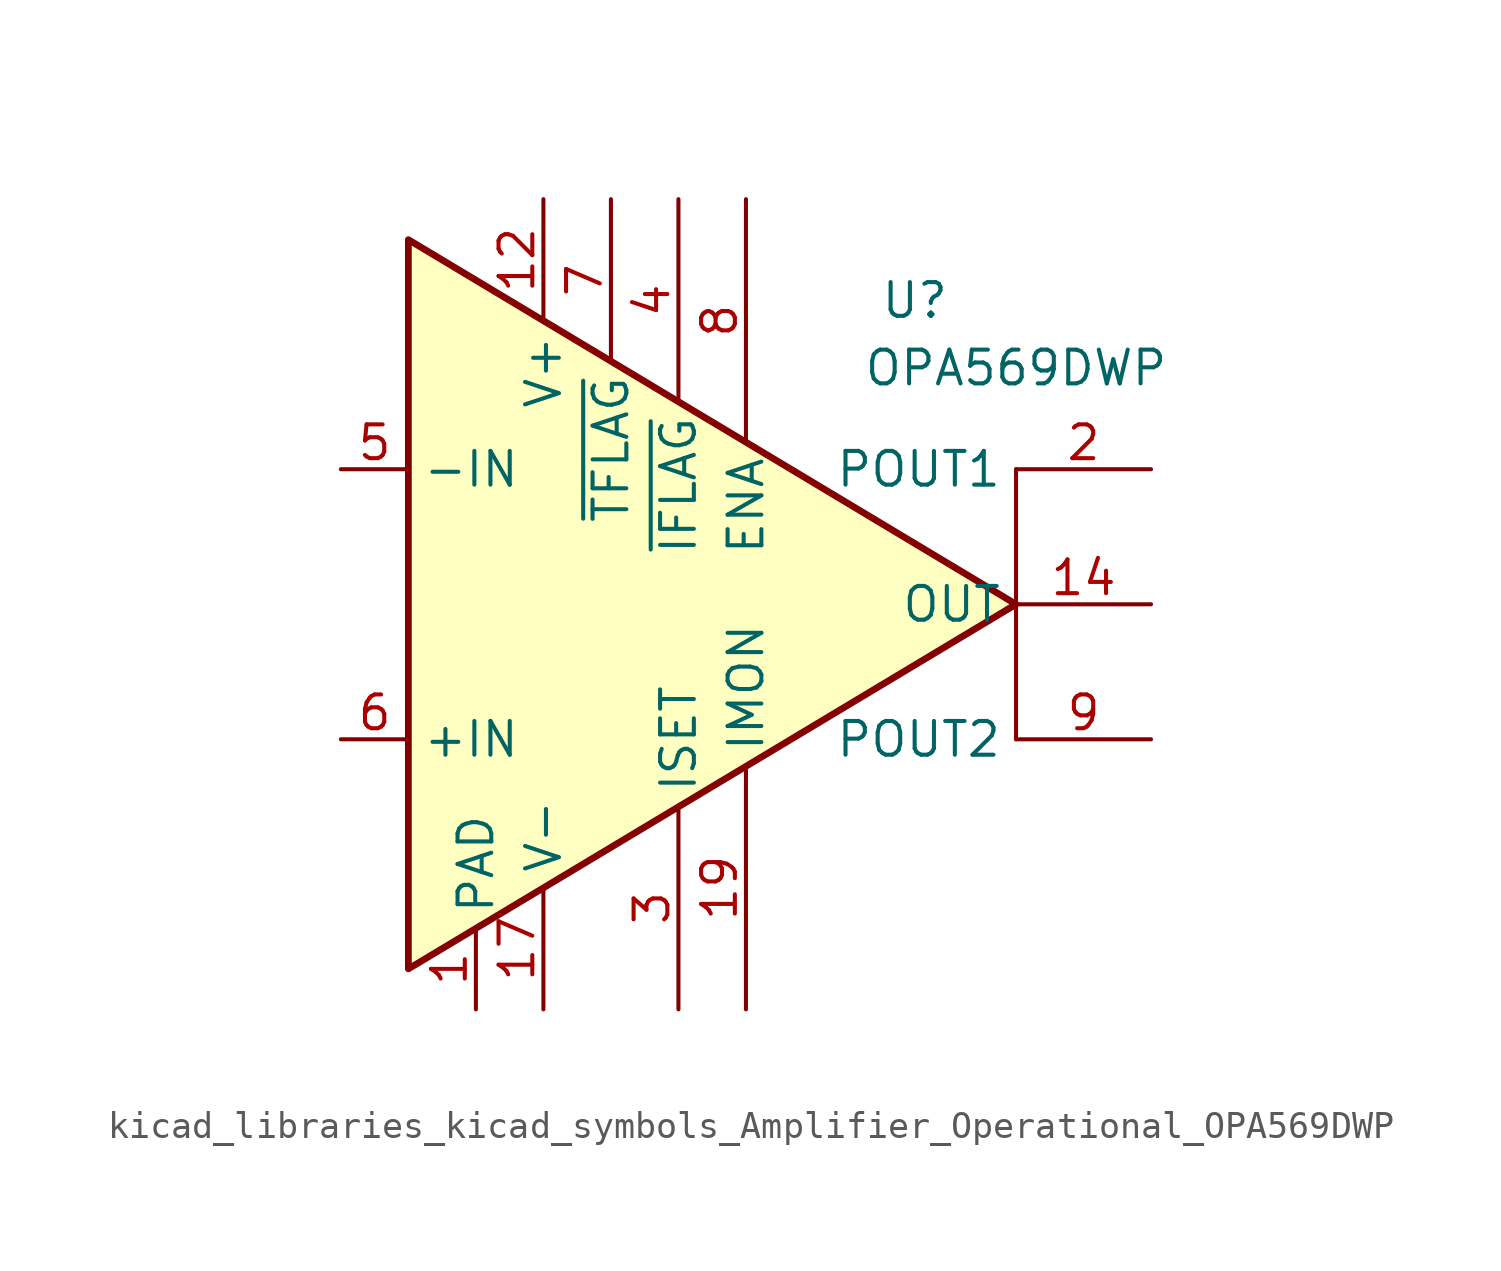
<source format=kicad_sym>
(kicad_symbol_lib
  (version 20220914)
  (generator kicad_symbol_editor)
  (symbol "kicad_libraries_kicad_symbols_Amplifier_Operational_OPA569DWP"
    (property "Reference" "U"
      (at 6.35 11.43 0)
      (effects (font (size 1.27 1.27))))
    (property "Value" "OPA569DWP"
      (at 10.16 8.89 0)
      (effects (font (size 1.27 1.27))))
    (symbol "kicad_libraries_kicad_symbols_Amplifier_Operational_OPA569DWP_0_0"
      (pin no_connect line (at -12.7 0 0) (length 2.54) hide (name "NC" (effects (font (size 1.27 1.27)))) (number "16" (effects (font (size 1.27 1.27)))))
      (pin passive line (at -10.16 -15.24 90) (length 3.048) hide (name "PAD" (effects (font (size 1.27 1.27)))) (number "21" (effects (font (size 1.27 1.27))))))
    (symbol "kicad_libraries_kicad_symbols_Amplifier_Operational_OPA569DWP_0_1"
      (polyline (pts (xy 10.16 5.08) (xy 10.16 -5.08)) (stroke (width 0.152) (type default)) (fill (type none)))
      (polyline (pts (xy 10.16 0) (xy -12.7 -13.716) (xy -12.7 13.716) (xy 10.16 0)) (stroke (width 0.254) (type default)) (fill (type background))))
    (symbol "kicad_libraries_kicad_symbols_Amplifier_Operational_OPA569DWP_1_1"
      (pin power_in line (at -10.16 -15.24 90) (length 3.048) (name "PAD" (effects (font (size 1.27 1.27)))) (number "1" (effects (font (size 1.27 1.27)))))
      (pin passive line (at -10.16 -15.24 90) (length 3.048) hide (name "PAD" (effects (font (size 1.27 1.27)))) (number "10" (effects (font (size 1.27 1.27)))))
      (pin passive line (at -10.16 -15.24 90) (length 3.048) hide (name "PAD" (effects (font (size 1.27 1.27)))) (number "11" (effects (font (size 1.27 1.27)))))
      (pin power_in line (at -7.62 15.24 270) (length 4.572) (name "V+" (effects (font (size 1.27 1.27)))) (number "12" (effects (font (size 1.27 1.27)))))
      (pin passive line (at -7.62 15.24 270) (length 4.572) hide (name "V+" (effects (font (size 1.27 1.27)))) (number "13" (effects (font (size 1.27 1.27)))))
      (pin output line (at 15.24 0 180) (length 5.08) (name "OUT" (effects (font (size 1.27 1.27)))) (number "14" (effects (font (size 1.27 1.27)))))
      (pin passive line (at 15.24 0 180) (length 5.08) hide (name "OUT" (effects (font (size 1.27 1.27)))) (number "15" (effects (font (size 1.27 1.27)))))
      (pin power_in line (at -7.62 -15.24 90) (length 4.572) (name "V-" (effects (font (size 1.27 1.27)))) (number "17" (effects (font (size 1.27 1.27)))))
      (pin passive line (at -7.62 -15.24 90) (length 4.572) hide (name "V-" (effects (font (size 1.27 1.27)))) (number "18" (effects (font (size 1.27 1.27)))))
      (pin output line (at 0 -15.24 90) (length 9.144) (name "IMON" (effects (font (size 1.27 1.27)))) (number "19" (effects (font (size 1.27 1.27)))))
      (pin output line (at 15.24 5.08 180) (length 5.08) (name "POUT1" (effects (font (size 1.27 1.27)))) (number "2" (effects (font (size 1.27 1.27)))))
      (pin passive line (at -10.16 -15.24 90) (length 3.048) hide (name "PAD" (effects (font (size 1.27 1.27)))) (number "20" (effects (font (size 1.27 1.27)))))
      (pin output line (at -2.54 -15.24 90) (length 7.62) (name "ISET" (effects (font (size 1.27 1.27)))) (number "3" (effects (font (size 1.27 1.27)))))
      (pin output line (at -2.54 15.24 270) (length 7.62) (name "~{IFLAG}" (effects (font (size 1.27 1.27)))) (number "4" (effects (font (size 1.27 1.27)))))
      (pin input line (at -15.24 5.08 0) (length 2.54) (name "-IN" (effects (font (size 1.27 1.27)))) (number "5" (effects (font (size 1.27 1.27)))))
      (pin input line (at -15.24 -5.08 0) (length 2.54) (name "+IN" (effects (font (size 1.27 1.27)))) (number "6" (effects (font (size 1.27 1.27)))))
      (pin output line (at -5.08 15.24 270) (length 6.096) (name "~{TFLAG}" (effects (font (size 1.27 1.27)))) (number "7" (effects (font (size 1.27 1.27)))))
      (pin input line (at 0 15.24 270) (length 9.144) (name "ENA" (effects (font (size 1.27 1.27)))) (number "8" (effects (font (size 1.27 1.27)))))
      (pin output line (at 15.24 -5.08 180) (length 5.08) (name "POUT2" (effects (font (size 1.27 1.27)))) (number "9" (effects (font (size 1.27 1.27))))))))
</source>
